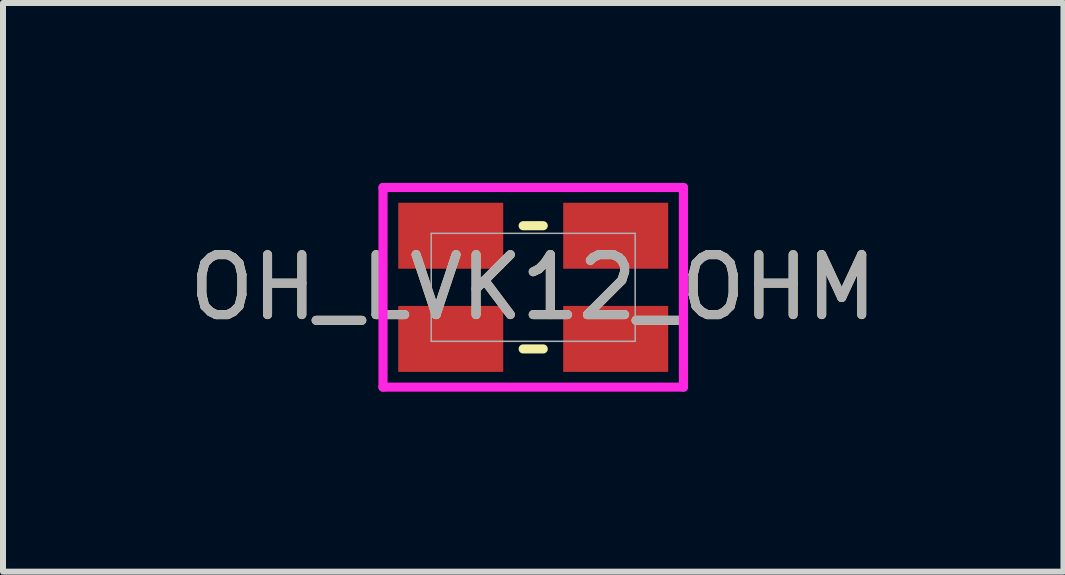
<source format=kicad_pcb>
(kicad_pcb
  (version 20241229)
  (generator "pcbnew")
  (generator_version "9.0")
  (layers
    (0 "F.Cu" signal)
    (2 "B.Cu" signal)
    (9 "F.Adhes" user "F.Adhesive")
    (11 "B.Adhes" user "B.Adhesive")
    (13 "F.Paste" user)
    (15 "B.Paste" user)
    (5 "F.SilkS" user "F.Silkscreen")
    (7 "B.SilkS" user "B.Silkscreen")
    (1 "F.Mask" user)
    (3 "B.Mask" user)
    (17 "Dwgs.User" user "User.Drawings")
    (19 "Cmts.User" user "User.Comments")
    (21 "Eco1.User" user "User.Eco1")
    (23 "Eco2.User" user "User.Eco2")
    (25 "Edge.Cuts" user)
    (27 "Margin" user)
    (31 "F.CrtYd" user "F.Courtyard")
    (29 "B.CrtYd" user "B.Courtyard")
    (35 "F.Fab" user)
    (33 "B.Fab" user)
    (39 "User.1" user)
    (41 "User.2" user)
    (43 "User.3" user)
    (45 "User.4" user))
  (footprint "OH_LVK12_OHM"
    (layer "F.Cu")
    (at 5.839 1.74)
    (property "Reference" "OH_LVK12_OHM" (at 0 0 0) (unlocked yes) (layer "F.SilkS") (effects (font (size 1 1) (thickness 0.15))))
    (attr smd)
    (fp_line (start -0.167 1.027) (end 0.167 1.027) (stroke (width 0.152) (type solid)) (layer "F.SilkS"))
    (fp_line (start 0.167 -1.027) (end -0.167 -1.027) (stroke (width 0.152) (type solid)) (layer "F.SilkS"))
    (fp_line (start -2.504 -1.664) (end 2.504 -1.664) (stroke (width 0.152) (type solid)) (layer "F.CrtYd"))
    (fp_line (start -2.504 1.664) (end -2.504 -1.664) (stroke (width 0.152) (type solid)) (layer "F.CrtYd"))
    (fp_line (start 2.504 -1.664) (end 2.504 1.664) (stroke (width 0.152) (type solid)) (layer "F.CrtYd"))
    (fp_line (start 2.504 1.664) (end -2.504 1.664) (stroke (width 0.152) (type solid)) (layer "F.CrtYd"))
    (fp_line (start -1.7 -0.9) (end -1.7 0.9) (stroke (width 0.025) (type solid)) (layer "F.Fab"))
    (fp_line (start -1.7 0.9) (end 1.7 0.9) (stroke (width 0.025) (type solid)) (layer "F.Fab"))
    (fp_line (start 1.7 -0.9) (end -1.7 -0.9) (stroke (width 0.025) (type solid)) (layer "F.Fab"))
    (fp_line (start 1.7 0.9) (end 1.7 -0.9) (stroke (width 0.025) (type solid)) (layer "F.Fab"))
    (fp_text user "${REFERENCE}" (at 0 0 0) (unlocked yes) (layer "F.Fab") (effects (font (size 1 1) (thickness 0.15))))
    (pad "1" smd rect (at -1.375 0.86) (size 1.75 1.1) (layers "F.Cu" "F.Mask" "F.Paste"))
    (pad "2" smd rect (at -1.375 -0.86) (size 1.75 1.1) (layers "F.Cu" "F.Mask" "F.Paste"))
    (pad "3" smd rect (at 1.375 -0.86) (size 1.75 1.1) (layers "F.Cu" "F.Mask" "F.Paste"))
    (pad "4" smd rect (at 1.375 0.86) (size 1.75 1.1) (layers "F.Cu" "F.Mask" "F.Paste"))
    (zone (net_name "") (layer "F.Cu") (hatch full 0.508) (connect_pads) (min_thickness 0.254) (filled_areas_thickness no) (keepout (tracks not_allowed) (vias not_allowed) (pads allowed) (copperpour not_allowed) (footprints allowed)) (placement (enabled no)) (fill) (polygon (pts (xy 5.39 0.891) (xy 6.288 0.891) (xy 6.288 2.589) (xy 5.39 2.589)))))
  (gr_rect
    (start -3 -3)
    (end 14.679 6.48)
    (stroke (width 0.1) (type default))
    (fill no)
    (layer "Edge.Cuts")))
</source>
